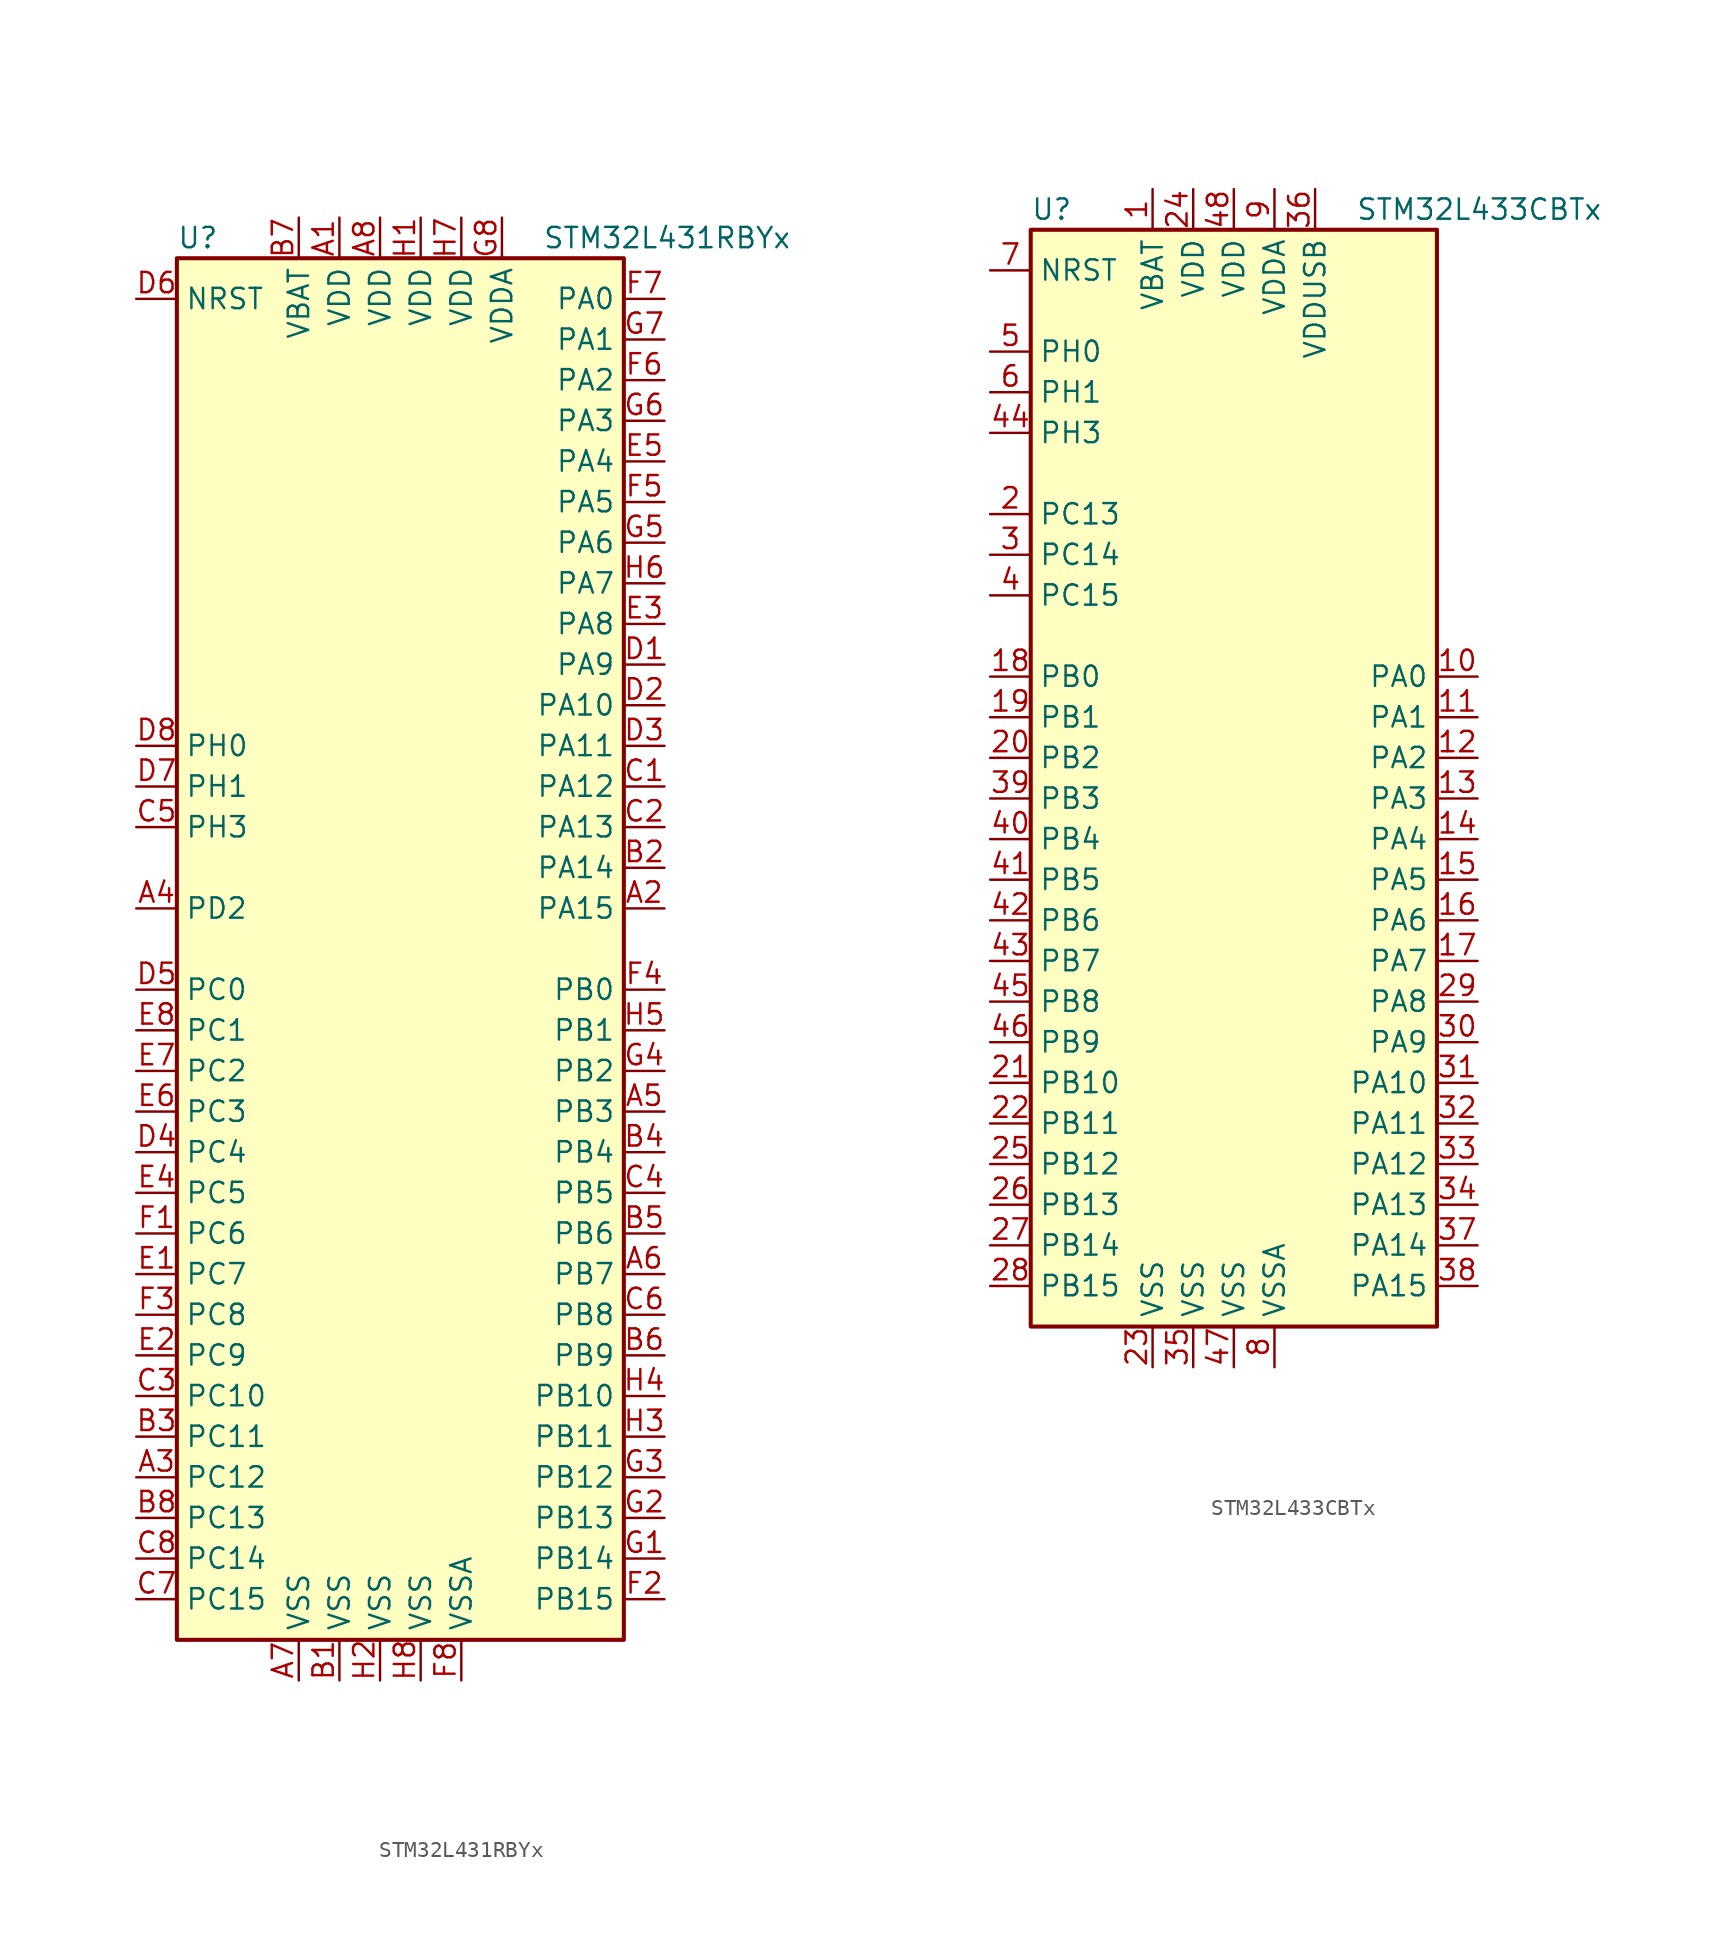
<source format=kicad_sym>
(kicad_symbol_lib
  (version 20211014)
  (generator kicad_symbol_editor)
  (symbol "STM32L431RBYx"
    (property "Reference" "U"
      (at -15.24 44.45 0)
      (effects (font (size 1.27 1.27)) (justify left)))
    (property "Value" "STM32L431RBYx"
      (at 7.62 44.45 0)
      (effects (font (size 1.27 1.27)) (justify left)))
    (symbol "STM32L431RBYx_0_1"
      (rectangle (start -15.24 -43.18) (end 12.7 43.18) (stroke (width 0.254) (type default) (color 0 0 0 0)) (fill (type background))))
    (symbol "STM32L431RBYx_1_1"
      (pin power_in line (at -5.08 45.72 270) (length 2.54) (name "VDD" (effects (font (size 1.27 1.27)))) (number "A1" (effects (font (size 1.27 1.27)))))
      (pin bidirectional line (at 15.24 2.54 180) (length 2.54) (name "PA15" (effects (font (size 1.27 1.27)))) (number "A2" (effects (font (size 1.27 1.27)))))
      (pin bidirectional line (at -17.78 -33.02 0) (length 2.54) (name "PC12" (effects (font (size 1.27 1.27)))) (number "A3" (effects (font (size 1.27 1.27)))))
      (pin bidirectional line (at -17.78 2.54 0) (length 2.54) (name "PD2" (effects (font (size 1.27 1.27)))) (number "A4" (effects (font (size 1.27 1.27)))))
      (pin bidirectional line (at 15.24 -10.16 180) (length 2.54) (name "PB3" (effects (font (size 1.27 1.27)))) (number "A5" (effects (font (size 1.27 1.27)))))
      (pin bidirectional line (at 15.24 -20.32 180) (length 2.54) (name "PB7" (effects (font (size 1.27 1.27)))) (number "A6" (effects (font (size 1.27 1.27)))))
      (pin power_in line (at -7.62 -45.72 90) (length 2.54) (name "VSS" (effects (font (size 1.27 1.27)))) (number "A7" (effects (font (size 1.27 1.27)))))
      (pin power_in line (at -2.54 45.72 270) (length 2.54) (name "VDD" (effects (font (size 1.27 1.27)))) (number "A8" (effects (font (size 1.27 1.27)))))
      (pin power_in line (at -5.08 -45.72 90) (length 2.54) (name "VSS" (effects (font (size 1.27 1.27)))) (number "B1" (effects (font (size 1.27 1.27)))))
      (pin bidirectional line (at 15.24 5.08 180) (length 2.54) (name "PA14" (effects (font (size 1.27 1.27)))) (number "B2" (effects (font (size 1.27 1.27)))))
      (pin bidirectional line (at -17.78 -30.48 0) (length 2.54) (name "PC11" (effects (font (size 1.27 1.27)))) (number "B3" (effects (font (size 1.27 1.27)))))
      (pin bidirectional line (at 15.24 -12.7 180) (length 2.54) (name "PB4" (effects (font (size 1.27 1.27)))) (number "B4" (effects (font (size 1.27 1.27)))))
      (pin bidirectional line (at 15.24 -17.78 180) (length 2.54) (name "PB6" (effects (font (size 1.27 1.27)))) (number "B5" (effects (font (size 1.27 1.27)))))
      (pin bidirectional line (at 15.24 -25.4 180) (length 2.54) (name "PB9" (effects (font (size 1.27 1.27)))) (number "B6" (effects (font (size 1.27 1.27)))))
      (pin power_in line (at -7.62 45.72 270) (length 2.54) (name "VBAT" (effects (font (size 1.27 1.27)))) (number "B7" (effects (font (size 1.27 1.27)))))
      (pin bidirectional line (at -17.78 -35.56 0) (length 2.54) (name "PC13" (effects (font (size 1.27 1.27)))) (number "B8" (effects (font (size 1.27 1.27)))))
      (pin bidirectional line (at 15.24 10.16 180) (length 2.54) (name "PA12" (effects (font (size 1.27 1.27)))) (number "C1" (effects (font (size 1.27 1.27)))))
      (pin bidirectional line (at 15.24 7.62 180) (length 2.54) (name "PA13" (effects (font (size 1.27 1.27)))) (number "C2" (effects (font (size 1.27 1.27)))))
      (pin bidirectional line (at -17.78 -27.94 0) (length 2.54) (name "PC10" (effects (font (size 1.27 1.27)))) (number "C3" (effects (font (size 1.27 1.27)))))
      (pin bidirectional line (at 15.24 -15.24 180) (length 2.54) (name "PB5" (effects (font (size 1.27 1.27)))) (number "C4" (effects (font (size 1.27 1.27)))))
      (pin bidirectional line (at -17.78 7.62 0) (length 2.54) (name "PH3" (effects (font (size 1.27 1.27)))) (number "C5" (effects (font (size 1.27 1.27)))))
      (pin bidirectional line (at 15.24 -22.86 180) (length 2.54) (name "PB8" (effects (font (size 1.27 1.27)))) (number "C6" (effects (font (size 1.27 1.27)))))
      (pin bidirectional line (at -17.78 -40.64 0) (length 2.54) (name "PC15" (effects (font (size 1.27 1.27)))) (number "C7" (effects (font (size 1.27 1.27)))))
      (pin bidirectional line (at -17.78 -38.1 0) (length 2.54) (name "PC14" (effects (font (size 1.27 1.27)))) (number "C8" (effects (font (size 1.27 1.27)))))
      (pin bidirectional line (at 15.24 17.78 180) (length 2.54) (name "PA9" (effects (font (size 1.27 1.27)))) (number "D1" (effects (font (size 1.27 1.27)))))
      (pin bidirectional line (at 15.24 15.24 180) (length 2.54) (name "PA10" (effects (font (size 1.27 1.27)))) (number "D2" (effects (font (size 1.27 1.27)))))
      (pin bidirectional line (at 15.24 12.7 180) (length 2.54) (name "PA11" (effects (font (size 1.27 1.27)))) (number "D3" (effects (font (size 1.27 1.27)))))
      (pin bidirectional line (at -17.78 -12.7 0) (length 2.54) (name "PC4" (effects (font (size 1.27 1.27)))) (number "D4" (effects (font (size 1.27 1.27)))))
      (pin bidirectional line (at -17.78 -2.54 0) (length 2.54) (name "PC0" (effects (font (size 1.27 1.27)))) (number "D5" (effects (font (size 1.27 1.27)))))
      (pin input line (at -17.78 40.64 0) (length 2.54) (name "NRST" (effects (font (size 1.27 1.27)))) (number "D6" (effects (font (size 1.27 1.27)))))
      (pin input line (at -17.78 10.16 0) (length 2.54) (name "PH1" (effects (font (size 1.27 1.27)))) (number "D7" (effects (font (size 1.27 1.27)))))
      (pin input line (at -17.78 12.7 0) (length 2.54) (name "PH0" (effects (font (size 1.27 1.27)))) (number "D8" (effects (font (size 1.27 1.27)))))
      (pin bidirectional line (at -17.78 -20.32 0) (length 2.54) (name "PC7" (effects (font (size 1.27 1.27)))) (number "E1" (effects (font (size 1.27 1.27)))))
      (pin bidirectional line (at -17.78 -25.4 0) (length 2.54) (name "PC9" (effects (font (size 1.27 1.27)))) (number "E2" (effects (font (size 1.27 1.27)))))
      (pin bidirectional line (at 15.24 20.32 180) (length 2.54) (name "PA8" (effects (font (size 1.27 1.27)))) (number "E3" (effects (font (size 1.27 1.27)))))
      (pin bidirectional line (at -17.78 -15.24 0) (length 2.54) (name "PC5" (effects (font (size 1.27 1.27)))) (number "E4" (effects (font (size 1.27 1.27)))))
      (pin bidirectional line (at 15.24 30.48 180) (length 2.54) (name "PA4" (effects (font (size 1.27 1.27)))) (number "E5" (effects (font (size 1.27 1.27)))))
      (pin bidirectional line (at -17.78 -10.16 0) (length 2.54) (name "PC3" (effects (font (size 1.27 1.27)))) (number "E6" (effects (font (size 1.27 1.27)))))
      (pin bidirectional line (at -17.78 -7.62 0) (length 2.54) (name "PC2" (effects (font (size 1.27 1.27)))) (number "E7" (effects (font (size 1.27 1.27)))))
      (pin bidirectional line (at -17.78 -5.08 0) (length 2.54) (name "PC1" (effects (font (size 1.27 1.27)))) (number "E8" (effects (font (size 1.27 1.27)))))
      (pin bidirectional line (at -17.78 -17.78 0) (length 2.54) (name "PC6" (effects (font (size 1.27 1.27)))) (number "F1" (effects (font (size 1.27 1.27)))))
      (pin bidirectional line (at 15.24 -40.64 180) (length 2.54) (name "PB15" (effects (font (size 1.27 1.27)))) (number "F2" (effects (font (size 1.27 1.27)))))
      (pin bidirectional line (at -17.78 -22.86 0) (length 2.54) (name "PC8" (effects (font (size 1.27 1.27)))) (number "F3" (effects (font (size 1.27 1.27)))))
      (pin bidirectional line (at 15.24 -2.54 180) (length 2.54) (name "PB0" (effects (font (size 1.27 1.27)))) (number "F4" (effects (font (size 1.27 1.27)))))
      (pin bidirectional line (at 15.24 27.94 180) (length 2.54) (name "PA5" (effects (font (size 1.27 1.27)))) (number "F5" (effects (font (size 1.27 1.27)))))
      (pin bidirectional line (at 15.24 35.56 180) (length 2.54) (name "PA2" (effects (font (size 1.27 1.27)))) (number "F6" (effects (font (size 1.27 1.27)))))
      (pin bidirectional line (at 15.24 40.64 180) (length 2.54) (name "PA0" (effects (font (size 1.27 1.27)))) (number "F7" (effects (font (size 1.27 1.27)))))
      (pin power_in line (at 2.54 -45.72 90) (length 2.54) (name "VSSA" (effects (font (size 1.27 1.27)))) (number "F8" (effects (font (size 1.27 1.27)))))
      (pin bidirectional line (at 15.24 -38.1 180) (length 2.54) (name "PB14" (effects (font (size 1.27 1.27)))) (number "G1" (effects (font (size 1.27 1.27)))))
      (pin bidirectional line (at 15.24 -35.56 180) (length 2.54) (name "PB13" (effects (font (size 1.27 1.27)))) (number "G2" (effects (font (size 1.27 1.27)))))
      (pin bidirectional line (at 15.24 -33.02 180) (length 2.54) (name "PB12" (effects (font (size 1.27 1.27)))) (number "G3" (effects (font (size 1.27 1.27)))))
      (pin bidirectional line (at 15.24 -7.62 180) (length 2.54) (name "PB2" (effects (font (size 1.27 1.27)))) (number "G4" (effects (font (size 1.27 1.27)))))
      (pin bidirectional line (at 15.24 25.4 180) (length 2.54) (name "PA6" (effects (font (size 1.27 1.27)))) (number "G5" (effects (font (size 1.27 1.27)))))
      (pin bidirectional line (at 15.24 33.02 180) (length 2.54) (name "PA3" (effects (font (size 1.27 1.27)))) (number "G6" (effects (font (size 1.27 1.27)))))
      (pin bidirectional line (at 15.24 38.1 180) (length 2.54) (name "PA1" (effects (font (size 1.27 1.27)))) (number "G7" (effects (font (size 1.27 1.27)))))
      (pin power_in line (at 5.08 45.72 270) (length 2.54) (name "VDDA" (effects (font (size 1.27 1.27)))) (number "G8" (effects (font (size 1.27 1.27)))))
      (pin power_in line (at 0 45.72 270) (length 2.54) (name "VDD" (effects (font (size 1.27 1.27)))) (number "H1" (effects (font (size 1.27 1.27)))))
      (pin power_in line (at -2.54 -45.72 90) (length 2.54) (name "VSS" (effects (font (size 1.27 1.27)))) (number "H2" (effects (font (size 1.27 1.27)))))
      (pin bidirectional line (at 15.24 -30.48 180) (length 2.54) (name "PB11" (effects (font (size 1.27 1.27)))) (number "H3" (effects (font (size 1.27 1.27)))))
      (pin bidirectional line (at 15.24 -27.94 180) (length 2.54) (name "PB10" (effects (font (size 1.27 1.27)))) (number "H4" (effects (font (size 1.27 1.27)))))
      (pin bidirectional line (at 15.24 -5.08 180) (length 2.54) (name "PB1" (effects (font (size 1.27 1.27)))) (number "H5" (effects (font (size 1.27 1.27)))))
      (pin bidirectional line (at 15.24 22.86 180) (length 2.54) (name "PA7" (effects (font (size 1.27 1.27)))) (number "H6" (effects (font (size 1.27 1.27)))))
      (pin power_in line (at 2.54 45.72 270) (length 2.54) (name "VDD" (effects (font (size 1.27 1.27)))) (number "H7" (effects (font (size 1.27 1.27)))))
      (pin power_in line (at 0 -45.72 90) (length 2.54) (name "VSS" (effects (font (size 1.27 1.27)))) (number "H8" (effects (font (size 1.27 1.27)))))))
  (symbol "STM32L433CBTx"
    (property "Reference" "U"
      (at -12.7 34.29 0)
      (effects (font (size 1.27 1.27)) (justify left)))
    (property "Value" "STM32L433CBTx"
      (at 7.62 34.29 0)
      (effects (font (size 1.27 1.27)) (justify left)))
    (symbol "STM32L433CBTx_0_1"
      (rectangle (start -12.7 -35.56) (end 12.7 33.02) (stroke (width 0.254) (type default) (color 0 0 0 0)) (fill (type background))))
    (symbol "STM32L433CBTx_1_1"
      (pin power_in line (at -5.08 35.56 270) (length 2.54) (name "VBAT" (effects (font (size 1.27 1.27)))) (number "1" (effects (font (size 1.27 1.27)))))
      (pin bidirectional line (at 15.24 5.08 180) (length 2.54) (name "PA0" (effects (font (size 1.27 1.27)))) (number "10" (effects (font (size 1.27 1.27)))))
      (pin bidirectional line (at 15.24 2.54 180) (length 2.54) (name "PA1" (effects (font (size 1.27 1.27)))) (number "11" (effects (font (size 1.27 1.27)))))
      (pin bidirectional line (at 15.24 0 180) (length 2.54) (name "PA2" (effects (font (size 1.27 1.27)))) (number "12" (effects (font (size 1.27 1.27)))))
      (pin bidirectional line (at 15.24 -2.54 180) (length 2.54) (name "PA3" (effects (font (size 1.27 1.27)))) (number "13" (effects (font (size 1.27 1.27)))))
      (pin bidirectional line (at 15.24 -5.08 180) (length 2.54) (name "PA4" (effects (font (size 1.27 1.27)))) (number "14" (effects (font (size 1.27 1.27)))))
      (pin bidirectional line (at 15.24 -7.62 180) (length 2.54) (name "PA5" (effects (font (size 1.27 1.27)))) (number "15" (effects (font (size 1.27 1.27)))))
      (pin bidirectional line (at 15.24 -10.16 180) (length 2.54) (name "PA6" (effects (font (size 1.27 1.27)))) (number "16" (effects (font (size 1.27 1.27)))))
      (pin bidirectional line (at 15.24 -12.7 180) (length 2.54) (name "PA7" (effects (font (size 1.27 1.27)))) (number "17" (effects (font (size 1.27 1.27)))))
      (pin bidirectional line (at -15.24 5.08 0) (length 2.54) (name "PB0" (effects (font (size 1.27 1.27)))) (number "18" (effects (font (size 1.27 1.27)))))
      (pin bidirectional line (at -15.24 2.54 0) (length 2.54) (name "PB1" (effects (font (size 1.27 1.27)))) (number "19" (effects (font (size 1.27 1.27)))))
      (pin bidirectional line (at -15.24 15.24 0) (length 2.54) (name "PC13" (effects (font (size 1.27 1.27)))) (number "2" (effects (font (size 1.27 1.27)))))
      (pin bidirectional line (at -15.24 0 0) (length 2.54) (name "PB2" (effects (font (size 1.27 1.27)))) (number "20" (effects (font (size 1.27 1.27)))))
      (pin bidirectional line (at -15.24 -20.32 0) (length 2.54) (name "PB10" (effects (font (size 1.27 1.27)))) (number "21" (effects (font (size 1.27 1.27)))))
      (pin bidirectional line (at -15.24 -22.86 0) (length 2.54) (name "PB11" (effects (font (size 1.27 1.27)))) (number "22" (effects (font (size 1.27 1.27)))))
      (pin power_in line (at -5.08 -38.1 90) (length 2.54) (name "VSS" (effects (font (size 1.27 1.27)))) (number "23" (effects (font (size 1.27 1.27)))))
      (pin power_in line (at -2.54 35.56 270) (length 2.54) (name "VDD" (effects (font (size 1.27 1.27)))) (number "24" (effects (font (size 1.27 1.27)))))
      (pin bidirectional line (at -15.24 -25.4 0) (length 2.54) (name "PB12" (effects (font (size 1.27 1.27)))) (number "25" (effects (font (size 1.27 1.27)))))
      (pin bidirectional line (at -15.24 -27.94 0) (length 2.54) (name "PB13" (effects (font (size 1.27 1.27)))) (number "26" (effects (font (size 1.27 1.27)))))
      (pin bidirectional line (at -15.24 -30.48 0) (length 2.54) (name "PB14" (effects (font (size 1.27 1.27)))) (number "27" (effects (font (size 1.27 1.27)))))
      (pin bidirectional line (at -15.24 -33.02 0) (length 2.54) (name "PB15" (effects (font (size 1.27 1.27)))) (number "28" (effects (font (size 1.27 1.27)))))
      (pin bidirectional line (at 15.24 -15.24 180) (length 2.54) (name "PA8" (effects (font (size 1.27 1.27)))) (number "29" (effects (font (size 1.27 1.27)))))
      (pin bidirectional line (at -15.24 12.7 0) (length 2.54) (name "PC14" (effects (font (size 1.27 1.27)))) (number "3" (effects (font (size 1.27 1.27)))))
      (pin bidirectional line (at 15.24 -17.78 180) (length 2.54) (name "PA9" (effects (font (size 1.27 1.27)))) (number "30" (effects (font (size 1.27 1.27)))))
      (pin bidirectional line (at 15.24 -20.32 180) (length 2.54) (name "PA10" (effects (font (size 1.27 1.27)))) (number "31" (effects (font (size 1.27 1.27)))))
      (pin bidirectional line (at 15.24 -22.86 180) (length 2.54) (name "PA11" (effects (font (size 1.27 1.27)))) (number "32" (effects (font (size 1.27 1.27)))))
      (pin bidirectional line (at 15.24 -25.4 180) (length 2.54) (name "PA12" (effects (font (size 1.27 1.27)))) (number "33" (effects (font (size 1.27 1.27)))))
      (pin bidirectional line (at 15.24 -27.94 180) (length 2.54) (name "PA13" (effects (font (size 1.27 1.27)))) (number "34" (effects (font (size 1.27 1.27)))))
      (pin power_in line (at -2.54 -38.1 90) (length 2.54) (name "VSS" (effects (font (size 1.27 1.27)))) (number "35" (effects (font (size 1.27 1.27)))))
      (pin power_in line (at 5.08 35.56 270) (length 2.54) (name "VDDUSB" (effects (font (size 1.27 1.27)))) (number "36" (effects (font (size 1.27 1.27)))))
      (pin bidirectional line (at 15.24 -30.48 180) (length 2.54) (name "PA14" (effects (font (size 1.27 1.27)))) (number "37" (effects (font (size 1.27 1.27)))))
      (pin bidirectional line (at 15.24 -33.02 180) (length 2.54) (name "PA15" (effects (font (size 1.27 1.27)))) (number "38" (effects (font (size 1.27 1.27)))))
      (pin bidirectional line (at -15.24 -2.54 0) (length 2.54) (name "PB3" (effects (font (size 1.27 1.27)))) (number "39" (effects (font (size 1.27 1.27)))))
      (pin bidirectional line (at -15.24 10.16 0) (length 2.54) (name "PC15" (effects (font (size 1.27 1.27)))) (number "4" (effects (font (size 1.27 1.27)))))
      (pin bidirectional line (at -15.24 -5.08 0) (length 2.54) (name "PB4" (effects (font (size 1.27 1.27)))) (number "40" (effects (font (size 1.27 1.27)))))
      (pin bidirectional line (at -15.24 -7.62 0) (length 2.54) (name "PB5" (effects (font (size 1.27 1.27)))) (number "41" (effects (font (size 1.27 1.27)))))
      (pin bidirectional line (at -15.24 -10.16 0) (length 2.54) (name "PB6" (effects (font (size 1.27 1.27)))) (number "42" (effects (font (size 1.27 1.27)))))
      (pin bidirectional line (at -15.24 -12.7 0) (length 2.54) (name "PB7" (effects (font (size 1.27 1.27)))) (number "43" (effects (font (size 1.27 1.27)))))
      (pin bidirectional line (at -15.24 20.32 0) (length 2.54) (name "PH3" (effects (font (size 1.27 1.27)))) (number "44" (effects (font (size 1.27 1.27)))))
      (pin bidirectional line (at -15.24 -15.24 0) (length 2.54) (name "PB8" (effects (font (size 1.27 1.27)))) (number "45" (effects (font (size 1.27 1.27)))))
      (pin bidirectional line (at -15.24 -17.78 0) (length 2.54) (name "PB9" (effects (font (size 1.27 1.27)))) (number "46" (effects (font (size 1.27 1.27)))))
      (pin power_in line (at 0 -38.1 90) (length 2.54) (name "VSS" (effects (font (size 1.27 1.27)))) (number "47" (effects (font (size 1.27 1.27)))))
      (pin power_in line (at 0 35.56 270) (length 2.54) (name "VDD" (effects (font (size 1.27 1.27)))) (number "48" (effects (font (size 1.27 1.27)))))
      (pin input line (at -15.24 25.4 0) (length 2.54) (name "PH0" (effects (font (size 1.27 1.27)))) (number "5" (effects (font (size 1.27 1.27)))))
      (pin input line (at -15.24 22.86 0) (length 2.54) (name "PH1" (effects (font (size 1.27 1.27)))) (number "6" (effects (font (size 1.27 1.27)))))
      (pin input line (at -15.24 30.48 0) (length 2.54) (name "NRST" (effects (font (size 1.27 1.27)))) (number "7" (effects (font (size 1.27 1.27)))))
      (pin power_in line (at 2.54 -38.1 90) (length 2.54) (name "VSSA" (effects (font (size 1.27 1.27)))) (number "8" (effects (font (size 1.27 1.27)))))
      (pin power_in line (at 2.54 35.56 270) (length 2.54) (name "VDDA" (effects (font (size 1.27 1.27)))) (number "9" (effects (font (size 1.27 1.27))))))))
</source>
